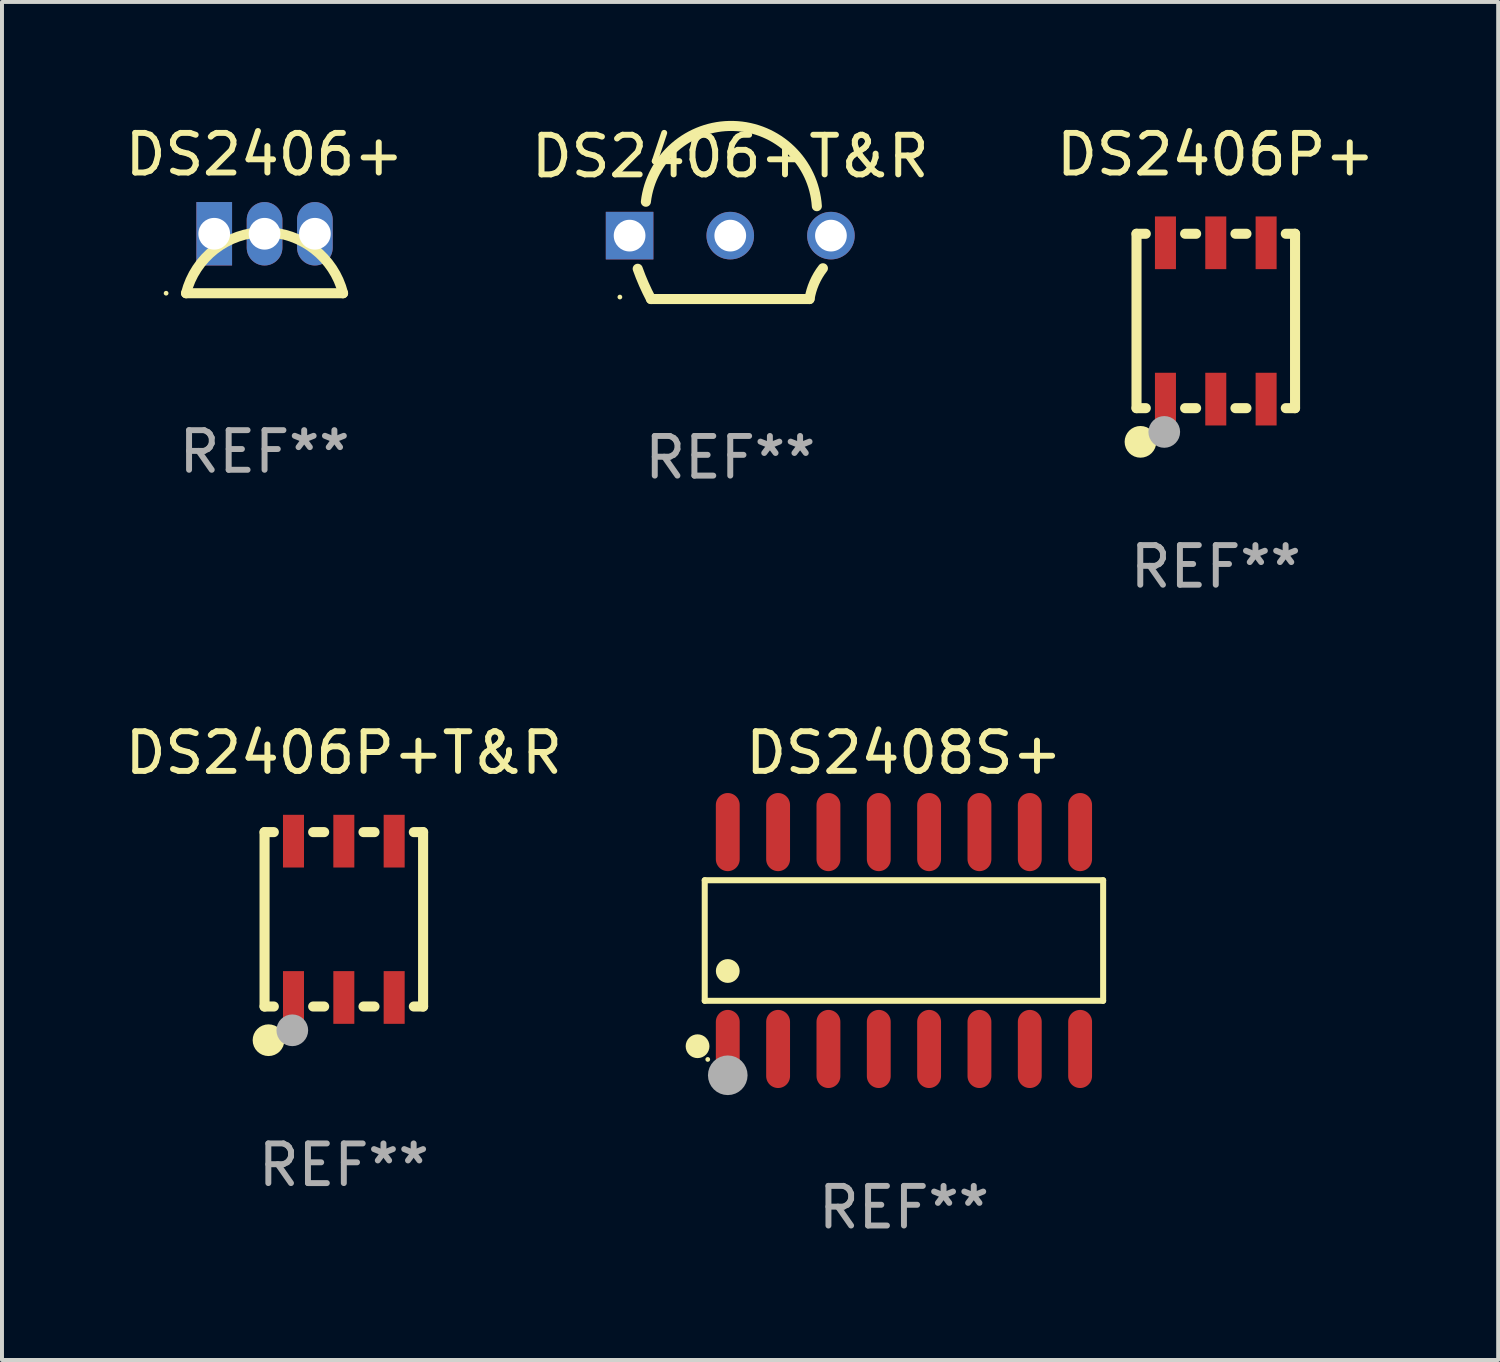
<source format=kicad_pcb>
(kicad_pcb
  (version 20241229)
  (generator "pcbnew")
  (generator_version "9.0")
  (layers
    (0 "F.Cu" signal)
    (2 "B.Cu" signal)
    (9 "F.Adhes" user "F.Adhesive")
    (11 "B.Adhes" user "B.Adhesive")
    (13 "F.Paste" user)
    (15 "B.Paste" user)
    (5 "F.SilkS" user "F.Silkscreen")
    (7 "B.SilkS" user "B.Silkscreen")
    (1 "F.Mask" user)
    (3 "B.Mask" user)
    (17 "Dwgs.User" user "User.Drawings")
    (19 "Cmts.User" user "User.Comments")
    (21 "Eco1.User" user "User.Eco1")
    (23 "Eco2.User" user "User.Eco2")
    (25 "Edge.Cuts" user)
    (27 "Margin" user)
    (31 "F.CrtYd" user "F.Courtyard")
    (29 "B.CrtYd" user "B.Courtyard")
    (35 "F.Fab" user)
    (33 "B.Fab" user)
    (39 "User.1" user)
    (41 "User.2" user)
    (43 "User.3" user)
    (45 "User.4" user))
  (footprint "DS2406+"
    (layer "F.Cu")
    (at 3.625 3.598)
    (property "Reference" "DS2406+" (at 0 -2.75 0) (layer "F.SilkS") (effects (font (size 1 1) (thickness 0.15))))
    (attr through_hole)
    (fp_line (start 1.98 0.75) (end -1.98 0.75) (stroke (width 0.254) (type solid)) (layer "F.SilkS"))
    (fp_arc (start -1.981204 0.751206) (mid 0 -0.789989) (end 1.981204 0.751207) (stroke (width 0.254001) (type solid)) (layer "F.SilkS"))
    (fp_circle (center -2.484 0.75) (end -2.454 0.75) (stroke (width 0.06) (type solid)) (fill no) (layer "F.SilkS"))
    (fp_text user "REF**" (at 0 4.75 0) (layer "F.Fab") (effects (font (size 1 1) (thickness 0.15))))
    (pad "1" thru_hole rect (at -1.27 -0.75) (size 0.9 1.6) (drill 0.8) (layers "*.Cu" "*.Mask"))
    (pad "2" thru_hole oval (at 0 -0.75) (size 0.9 1.6) (drill 0.8) (layers "*.Cu" "*.Mask"))
    (pad "3" thru_hole oval (at 1.27 -0.75) (size 0.9 1.6) (drill 0.8) (layers "*.Cu" "*.Mask")))
  (footprint "DS2406P+"
    (layer "F.Cu")
    (at 27.625 5.048)
    (property "Reference" "DS2406P+" (at 0 -4.2 0) (layer "F.SilkS") (effects (font (size 1 1) (thickness 0.15))))
    (attr through_hole)
    (fp_line (start -2 -2.2) (end -2 2.2) (stroke (width 0.254) (type solid)) (layer "F.SilkS"))
    (fp_line (start -2 2.2) (end -1.766 2.2) (stroke (width 0.254) (type solid)) (layer "F.SilkS"))
    (fp_line (start -1.766 -2.2) (end -2 -2.2) (stroke (width 0.254) (type solid)) (layer "F.SilkS"))
    (fp_line (start -0.774 2.2) (end -0.496 2.2) (stroke (width 0.254) (type solid)) (layer "F.SilkS"))
    (fp_line (start -0.496 -2.2) (end -0.774 -2.2) (stroke (width 0.254) (type solid)) (layer "F.SilkS"))
    (fp_line (start 0.496 2.2) (end 0.774 2.2) (stroke (width 0.254) (type solid)) (layer "F.SilkS"))
    (fp_line (start 0.774 -2.2) (end 0.496 -2.2) (stroke (width 0.254) (type solid)) (layer "F.SilkS"))
    (fp_line (start 1.766 2.2) (end 2 2.2) (stroke (width 0.254) (type solid)) (layer "F.SilkS"))
    (fp_line (start 2 -2.2) (end 1.766 -2.2) (stroke (width 0.254) (type solid)) (layer "F.SilkS"))
    (fp_line (start 2 2.2) (end 2 -2.2) (stroke (width 0.254) (type solid)) (layer "F.SilkS"))
    (fp_circle (center -1.965 2.148) (end -1.935 2.148) (stroke (width 0.06) (type solid)) (fill no) (layer "F.SilkS"))
    (fp_circle (center -1.9 3.05) (end -1.7 3.05) (stroke (width 0.4) (type solid)) (fill no) (layer "F.SilkS"))
    (fp_circle (center -1.3 2.8) (end -1.1 2.8) (stroke (width 0.4) (type solid)) (fill no) (layer "F.Fab"))
    (fp_text user "REF**" (at 0 6.2 0) (layer "F.Fab") (effects (font (size 1 1) (thickness 0.15))))
    (pad "1" smd rect (at -1.27 1.972) (size 0.53 1.33) (layers "F.Cu" "F.Mask" "F.Paste"))
    (pad "2" smd rect (at 0 1.972) (size 0.53 1.33) (layers "F.Cu" "F.Mask" "F.Paste"))
    (pad "3" smd rect (at 1.27 1.972) (size 0.53 1.33) (layers "F.Cu" "F.Mask" "F.Paste"))
    (pad "4" smd rect (at 1.27 -1.972) (size 0.53 1.33) (layers "F.Cu" "F.Mask" "F.Paste"))
    (pad "5" smd rect (at 0 -1.972) (size 0.53 1.33) (layers "F.Cu" "F.Mask" "F.Paste"))
    (pad "6" smd rect (at -1.27 -1.972) (size 0.53 1.33) (layers "F.Cu" "F.Mask" "F.Paste")))
  (footprint "DS2406P+T&R"
    (layer "F.Cu")
    (at 5.625 20.145)
    (property "Reference" "DS2406P+T&R" (at 0 -4.2 0) (layer "F.SilkS") (effects (font (size 1 1) (thickness 0.15))))
    (attr through_hole)
    (fp_line (start -2 -2.2) (end -2 2.2) (stroke (width 0.254) (type solid)) (layer "F.SilkS"))
    (fp_line (start -2 2.2) (end -1.766 2.2) (stroke (width 0.254) (type solid)) (layer "F.SilkS"))
    (fp_line (start -1.766 -2.2) (end -2 -2.2) (stroke (width 0.254) (type solid)) (layer "F.SilkS"))
    (fp_line (start -0.774 2.2) (end -0.496 2.2) (stroke (width 0.254) (type solid)) (layer "F.SilkS"))
    (fp_line (start -0.496 -2.2) (end -0.774 -2.2) (stroke (width 0.254) (type solid)) (layer "F.SilkS"))
    (fp_line (start 0.496 2.2) (end 0.774 2.2) (stroke (width 0.254) (type solid)) (layer "F.SilkS"))
    (fp_line (start 0.774 -2.2) (end 0.496 -2.2) (stroke (width 0.254) (type solid)) (layer "F.SilkS"))
    (fp_line (start 1.766 2.2) (end 2 2.2) (stroke (width 0.254) (type solid)) (layer "F.SilkS"))
    (fp_line (start 2 -2.2) (end 1.766 -2.2) (stroke (width 0.254) (type solid)) (layer "F.SilkS"))
    (fp_line (start 2 2.2) (end 2 -2.2) (stroke (width 0.254) (type solid)) (layer "F.SilkS"))
    (fp_circle (center -1.965 2.148) (end -1.935 2.148) (stroke (width 0.06) (type solid)) (fill no) (layer "F.SilkS"))
    (fp_circle (center -1.9 3.05) (end -1.7 3.05) (stroke (width 0.4) (type solid)) (fill no) (layer "F.SilkS"))
    (fp_circle (center -1.3 2.8) (end -1.1 2.8) (stroke (width 0.4) (type solid)) (fill no) (layer "F.Fab"))
    (fp_text user "REF**" (at 0 6.2 0) (layer "F.Fab") (effects (font (size 1 1) (thickness 0.15))))
    (pad "1" smd rect (at -1.27 1.972) (size 0.53 1.33) (layers "F.Cu" "F.Mask" "F.Paste"))
    (pad "2" smd rect (at 0 1.972) (size 0.53 1.33) (layers "F.Cu" "F.Mask" "F.Paste"))
    (pad "3" smd rect (at 1.27 1.972) (size 0.53 1.33) (layers "F.Cu" "F.Mask" "F.Paste"))
    (pad "4" smd rect (at 1.27 -1.972) (size 0.53 1.33) (layers "F.Cu" "F.Mask" "F.Paste"))
    (pad "5" smd rect (at 0 -1.972) (size 0.53 1.33) (layers "F.Cu" "F.Mask" "F.Paste"))
    (pad "6" smd rect (at -1.27 -1.972) (size 0.53 1.33) (layers "F.Cu" "F.Mask" "F.Paste")))
  (footprint "DS2406+T&R"
    (layer "F.Cu")
    (at 15.375 3.695)
    (property "Reference" "DS2406+T&R" (at 0 -2.8 0) (layer "F.SilkS") (effects (font (size 1 1) (thickness 0.15))))
    (attr through_hole)
    (fp_line (start -2 0.8) (end 2 0.8) (stroke (width 0.254) (type solid)) (layer "F.SilkS"))
    (fp_arc (start -2.128931 -1.655016) (mid 0.07897 -3.567185) (end 2.184506 -1.54285) (stroke (width 0.254001) (type solid)) (layer "F.SilkS"))
    (fp_arc (start -1.999289 0.800432) (mid -2.181046 0.424492) (end -2.335154 0.036398) (stroke (width 0.254001) (type solid)) (layer "F.SilkS"))
    (fp_arc (start 2 0.8) (mid 2.120059 0.390477) (end 2.337668 0.023368) (stroke (width 0.254001) (type solid)) (layer "F.SilkS"))
    (fp_circle (center -2.785 0.75) (end -2.755 0.75) (stroke (width 0.06) (type solid)) (fill no) (layer "F.SilkS"))
    (fp_text user "REF**" (at 0 4.8 0) (layer "F.Fab") (effects (font (size 1 1) (thickness 0.15))))
    (pad "1" thru_hole rect (at -2.54 -0.8) (size 1.2 1.2) (drill 0.8) (layers "*.Cu" "*.Mask"))
    (pad "2" thru_hole circle (at 0 -0.8) (size 1.2 1.2) (drill 0.8) (layers "*.Cu" "*.Mask"))
    (pad "3" thru_hole circle (at 2.54 -0.8) (size 1.2 1.2) (drill 0.8) (layers "*.Cu" "*.Mask")))
  (footprint "DS2408S+"
    (layer "F.Cu")
    (at 19.757 20.68)
    (property "Reference" "DS2408S+" (at 0 -4.736 0) (layer "F.SilkS") (effects (font (size 1 1) (thickness 0.15))))
    (attr through_hole)
    (fp_line (start -5.026 -1.521) (end 5.026 -1.521) (stroke (width 0.152) (type solid)) (layer "F.SilkS"))
    (fp_line (start -5.026 1.521) (end -5.026 -1.521) (stroke (width 0.152) (type solid)) (layer "F.SilkS"))
    (fp_line (start 5.026 -1.521) (end 5.026 1.521) (stroke (width 0.152) (type solid)) (layer "F.SilkS"))
    (fp_line (start 5.026 1.521) (end -5.026 1.521) (stroke (width 0.152) (type solid)) (layer "F.SilkS"))
    (fp_circle (center -5.207 2.667) (end -5.057 2.667) (stroke (width 0.3) (type solid)) (fill no) (layer "F.SilkS"))
    (fp_circle (center -4.95 3) (end -4.92 3) (stroke (width 0.06) (type solid)) (fill no) (layer "F.SilkS"))
    (fp_circle (center -4.445 0.769) (end -4.295 0.769) (stroke (width 0.3) (type solid)) (fill no) (layer "F.SilkS"))
    (fp_circle (center -4.445 3.4) (end -4.195 3.4) (stroke (width 0.5) (type solid)) (fill no) (layer "F.Fab"))
    (fp_text user "REF**" (at 0 6.736 0) (layer "F.Fab") (effects (font (size 1 1) (thickness 0.15))))
    (pad "1" smd oval (at -4.445 2.736) (size 0.602 1.971) (layers "F.Cu" "F.Mask" "F.Paste"))
    (pad "2" smd oval (at -3.175 2.736) (size 0.602 1.971) (layers "F.Cu" "F.Mask" "F.Paste"))
    (pad "3" smd oval (at -1.905 2.736) (size 0.602 1.971) (layers "F.Cu" "F.Mask" "F.Paste"))
    (pad "4" smd oval (at -0.635 2.736) (size 0.602 1.971) (layers "F.Cu" "F.Mask" "F.Paste"))
    (pad "5" smd oval (at 0.635 2.736) (size 0.602 1.971) (layers "F.Cu" "F.Mask" "F.Paste"))
    (pad "6" smd oval (at 1.905 2.736) (size 0.602 1.971) (layers "F.Cu" "F.Mask" "F.Paste"))
    (pad "7" smd oval (at 3.175 2.736) (size 0.602 1.971) (layers "F.Cu" "F.Mask" "F.Paste"))
    (pad "8" smd oval (at 4.445 2.736) (size 0.602 1.971) (layers "F.Cu" "F.Mask" "F.Paste"))
    (pad "9" smd oval (at 4.445 -2.736) (size 0.602 1.971) (layers "F.Cu" "F.Mask" "F.Paste"))
    (pad "10" smd oval (at 3.175 -2.736) (size 0.602 1.971) (layers "F.Cu" "F.Mask" "F.Paste"))
    (pad "11" smd oval (at 1.905 -2.736) (size 0.602 1.971) (layers "F.Cu" "F.Mask" "F.Paste"))
    (pad "12" smd oval (at 0.635 -2.736) (size 0.602 1.971) (layers "F.Cu" "F.Mask" "F.Paste"))
    (pad "13" smd oval (at -0.635 -2.736) (size 0.602 1.971) (layers "F.Cu" "F.Mask" "F.Paste"))
    (pad "14" smd oval (at -1.905 -2.736) (size 0.602 1.971) (layers "F.Cu" "F.Mask" "F.Paste"))
    (pad "15" smd oval (at -3.175 -2.736) (size 0.602 1.971) (layers "F.Cu" "F.Mask" "F.Paste"))
    (pad "16" smd oval (at -4.445 -2.736) (size 0.602 1.971) (layers "F.Cu" "F.Mask" "F.Paste")))
  (gr_rect
    (start -3 -3)
    (end 34.75 31.264)
    (stroke (width 0.1) (type default))
    (fill no)
    (layer "Edge.Cuts")))
</source>
